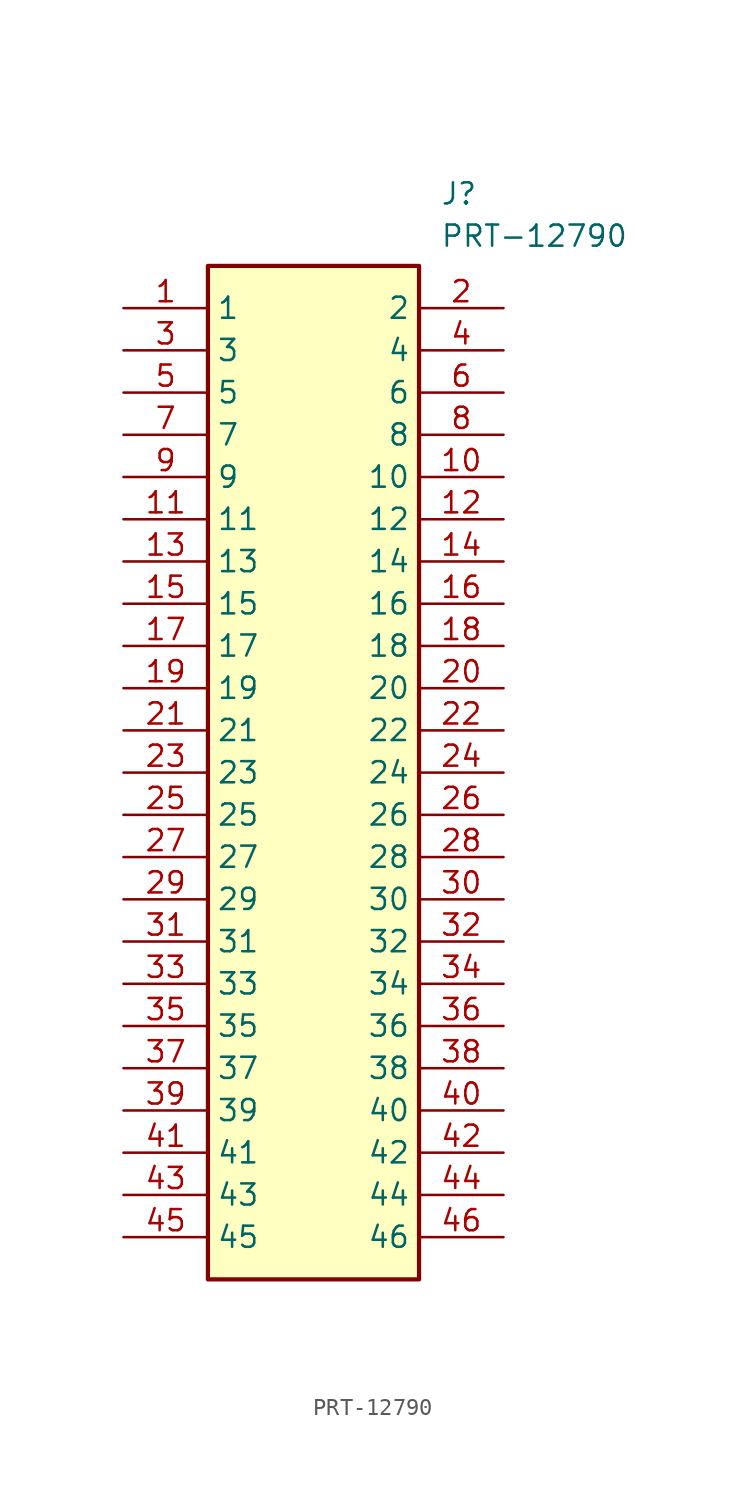
<source format=kicad_sym>
(kicad_symbol_lib
  (version 20211014)
  (generator SamacSys_ECAD_Model)
  (symbol "PRT-12790"
    (property "Reference" "J"
      (at 19.05 7.62 0)
      (effects (font (size 1.27 1.27)) (justify left top)))
    (property "Value" "PRT-12790"
      (at 19.05 5.08 0)
      (effects (font (size 1.27 1.27)) (justify left top)))
    (rectangle
      (start 5.08 2.54)
      (end 17.78 -58.42)
      (stroke (width 0.254) (type default))
      (fill (type background)))
    (pin passive line
      (at 0 0 0)
      (length 5.08)
      (name "1" (effects (font (size 1.27 1.27))))
      (number "1" (effects (font (size 1.27 1.27)))))
    (pin passive line
      (at 22.86 0 180)
      (length 5.08)
      (name "2" (effects (font (size 1.27 1.27))))
      (number "2" (effects (font (size 1.27 1.27)))))
    (pin passive line
      (at 0 -2.54 0)
      (length 5.08)
      (name "3" (effects (font (size 1.27 1.27))))
      (number "3" (effects (font (size 1.27 1.27)))))
    (pin passive line
      (at 22.86 -2.54 180)
      (length 5.08)
      (name "4" (effects (font (size 1.27 1.27))))
      (number "4" (effects (font (size 1.27 1.27)))))
    (pin passive line
      (at 0 -5.08 0)
      (length 5.08)
      (name "5" (effects (font (size 1.27 1.27))))
      (number "5" (effects (font (size 1.27 1.27)))))
    (pin passive line
      (at 22.86 -5.08 180)
      (length 5.08)
      (name "6" (effects (font (size 1.27 1.27))))
      (number "6" (effects (font (size 1.27 1.27)))))
    (pin passive line
      (at 0 -7.62 0)
      (length 5.08)
      (name "7" (effects (font (size 1.27 1.27))))
      (number "7" (effects (font (size 1.27 1.27)))))
    (pin passive line
      (at 22.86 -7.62 180)
      (length 5.08)
      (name "8" (effects (font (size 1.27 1.27))))
      (number "8" (effects (font (size 1.27 1.27)))))
    (pin passive line
      (at 0 -10.16 0)
      (length 5.08)
      (name "9" (effects (font (size 1.27 1.27))))
      (number "9" (effects (font (size 1.27 1.27)))))
    (pin passive line
      (at 22.86 -10.16 180)
      (length 5.08)
      (name "10" (effects (font (size 1.27 1.27))))
      (number "10" (effects (font (size 1.27 1.27)))))
    (pin passive line
      (at 0 -12.7 0)
      (length 5.08)
      (name "11" (effects (font (size 1.27 1.27))))
      (number "11" (effects (font (size 1.27 1.27)))))
    (pin passive line
      (at 22.86 -12.7 180)
      (length 5.08)
      (name "12" (effects (font (size 1.27 1.27))))
      (number "12" (effects (font (size 1.27 1.27)))))
    (pin passive line
      (at 0 -15.24 0)
      (length 5.08)
      (name "13" (effects (font (size 1.27 1.27))))
      (number "13" (effects (font (size 1.27 1.27)))))
    (pin passive line
      (at 22.86 -15.24 180)
      (length 5.08)
      (name "14" (effects (font (size 1.27 1.27))))
      (number "14" (effects (font (size 1.27 1.27)))))
    (pin passive line
      (at 0 -17.78 0)
      (length 5.08)
      (name "15" (effects (font (size 1.27 1.27))))
      (number "15" (effects (font (size 1.27 1.27)))))
    (pin passive line
      (at 22.86 -17.78 180)
      (length 5.08)
      (name "16" (effects (font (size 1.27 1.27))))
      (number "16" (effects (font (size 1.27 1.27)))))
    (pin passive line
      (at 0 -20.32 0)
      (length 5.08)
      (name "17" (effects (font (size 1.27 1.27))))
      (number "17" (effects (font (size 1.27 1.27)))))
    (pin passive line
      (at 22.86 -20.32 180)
      (length 5.08)
      (name "18" (effects (font (size 1.27 1.27))))
      (number "18" (effects (font (size 1.27 1.27)))))
    (pin passive line
      (at 0 -22.86 0)
      (length 5.08)
      (name "19" (effects (font (size 1.27 1.27))))
      (number "19" (effects (font (size 1.27 1.27)))))
    (pin passive line
      (at 22.86 -22.86 180)
      (length 5.08)
      (name "20" (effects (font (size 1.27 1.27))))
      (number "20" (effects (font (size 1.27 1.27)))))
    (pin passive line
      (at 0 -25.4 0)
      (length 5.08)
      (name "21" (effects (font (size 1.27 1.27))))
      (number "21" (effects (font (size 1.27 1.27)))))
    (pin passive line
      (at 22.86 -25.4 180)
      (length 5.08)
      (name "22" (effects (font (size 1.27 1.27))))
      (number "22" (effects (font (size 1.27 1.27)))))
    (pin passive line
      (at 0 -27.94 0)
      (length 5.08)
      (name "23" (effects (font (size 1.27 1.27))))
      (number "23" (effects (font (size 1.27 1.27)))))
    (pin passive line
      (at 22.86 -27.94 180)
      (length 5.08)
      (name "24" (effects (font (size 1.27 1.27))))
      (number "24" (effects (font (size 1.27 1.27)))))
    (pin passive line
      (at 0 -30.48 0)
      (length 5.08)
      (name "25" (effects (font (size 1.27 1.27))))
      (number "25" (effects (font (size 1.27 1.27)))))
    (pin passive line
      (at 22.86 -30.48 180)
      (length 5.08)
      (name "26" (effects (font (size 1.27 1.27))))
      (number "26" (effects (font (size 1.27 1.27)))))
    (pin passive line
      (at 0 -33.02 0)
      (length 5.08)
      (name "27" (effects (font (size 1.27 1.27))))
      (number "27" (effects (font (size 1.27 1.27)))))
    (pin passive line
      (at 22.86 -33.02 180)
      (length 5.08)
      (name "28" (effects (font (size 1.27 1.27))))
      (number "28" (effects (font (size 1.27 1.27)))))
    (pin passive line
      (at 0 -35.56 0)
      (length 5.08)
      (name "29" (effects (font (size 1.27 1.27))))
      (number "29" (effects (font (size 1.27 1.27)))))
    (pin passive line
      (at 22.86 -35.56 180)
      (length 5.08)
      (name "30" (effects (font (size 1.27 1.27))))
      (number "30" (effects (font (size 1.27 1.27)))))
    (pin passive line
      (at 0 -38.1 0)
      (length 5.08)
      (name "31" (effects (font (size 1.27 1.27))))
      (number "31" (effects (font (size 1.27 1.27)))))
    (pin passive line
      (at 22.86 -38.1 180)
      (length 5.08)
      (name "32" (effects (font (size 1.27 1.27))))
      (number "32" (effects (font (size 1.27 1.27)))))
    (pin passive line
      (at 0 -40.64 0)
      (length 5.08)
      (name "33" (effects (font (size 1.27 1.27))))
      (number "33" (effects (font (size 1.27 1.27)))))
    (pin passive line
      (at 22.86 -40.64 180)
      (length 5.08)
      (name "34" (effects (font (size 1.27 1.27))))
      (number "34" (effects (font (size 1.27 1.27)))))
    (pin passive line
      (at 0 -43.18 0)
      (length 5.08)
      (name "35" (effects (font (size 1.27 1.27))))
      (number "35" (effects (font (size 1.27 1.27)))))
    (pin passive line
      (at 22.86 -43.18 180)
      (length 5.08)
      (name "36" (effects (font (size 1.27 1.27))))
      (number "36" (effects (font (size 1.27 1.27)))))
    (pin passive line
      (at 0 -45.72 0)
      (length 5.08)
      (name "37" (effects (font (size 1.27 1.27))))
      (number "37" (effects (font (size 1.27 1.27)))))
    (pin passive line
      (at 22.86 -45.72 180)
      (length 5.08)
      (name "38" (effects (font (size 1.27 1.27))))
      (number "38" (effects (font (size 1.27 1.27)))))
    (pin passive line
      (at 0 -48.26 0)
      (length 5.08)
      (name "39" (effects (font (size 1.27 1.27))))
      (number "39" (effects (font (size 1.27 1.27)))))
    (pin passive line
      (at 22.86 -48.26 180)
      (length 5.08)
      (name "40" (effects (font (size 1.27 1.27))))
      (number "40" (effects (font (size 1.27 1.27)))))
    (pin passive line
      (at 0 -50.8 0)
      (length 5.08)
      (name "41" (effects (font (size 1.27 1.27))))
      (number "41" (effects (font (size 1.27 1.27)))))
    (pin passive line
      (at 22.86 -50.8 180)
      (length 5.08)
      (name "42" (effects (font (size 1.27 1.27))))
      (number "42" (effects (font (size 1.27 1.27)))))
    (pin passive line
      (at 0 -53.34 0)
      (length 5.08)
      (name "43" (effects (font (size 1.27 1.27))))
      (number "43" (effects (font (size 1.27 1.27)))))
    (pin passive line
      (at 22.86 -53.34 180)
      (length 5.08)
      (name "44" (effects (font (size 1.27 1.27))))
      (number "44" (effects (font (size 1.27 1.27)))))
    (pin passive line
      (at 0 -55.88 0)
      (length 5.08)
      (name "45" (effects (font (size 1.27 1.27))))
      (number "45" (effects (font (size 1.27 1.27)))))
    (pin passive line
      (at 22.86 -55.88 180)
      (length 5.08)
      (name "46" (effects (font (size 1.27 1.27))))
      (number "46" (effects (font (size 1.27 1.27)))))))
</source>
